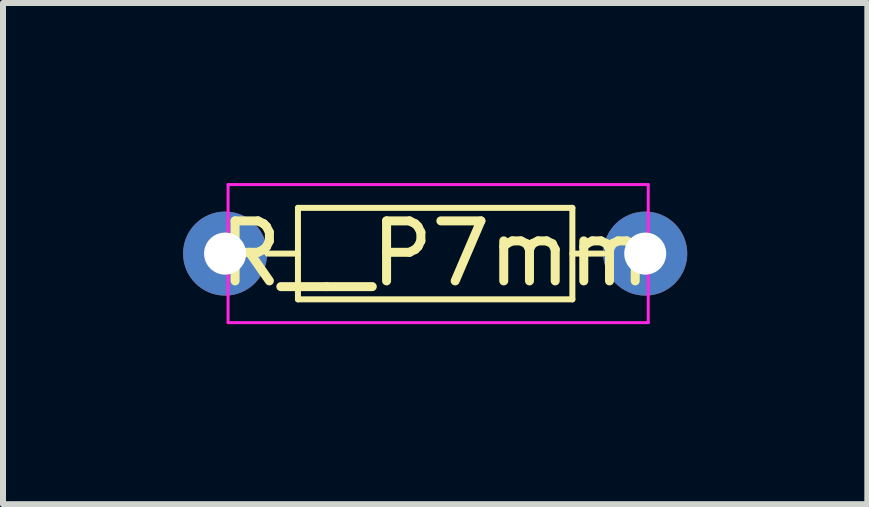
<source format=kicad_pcb>
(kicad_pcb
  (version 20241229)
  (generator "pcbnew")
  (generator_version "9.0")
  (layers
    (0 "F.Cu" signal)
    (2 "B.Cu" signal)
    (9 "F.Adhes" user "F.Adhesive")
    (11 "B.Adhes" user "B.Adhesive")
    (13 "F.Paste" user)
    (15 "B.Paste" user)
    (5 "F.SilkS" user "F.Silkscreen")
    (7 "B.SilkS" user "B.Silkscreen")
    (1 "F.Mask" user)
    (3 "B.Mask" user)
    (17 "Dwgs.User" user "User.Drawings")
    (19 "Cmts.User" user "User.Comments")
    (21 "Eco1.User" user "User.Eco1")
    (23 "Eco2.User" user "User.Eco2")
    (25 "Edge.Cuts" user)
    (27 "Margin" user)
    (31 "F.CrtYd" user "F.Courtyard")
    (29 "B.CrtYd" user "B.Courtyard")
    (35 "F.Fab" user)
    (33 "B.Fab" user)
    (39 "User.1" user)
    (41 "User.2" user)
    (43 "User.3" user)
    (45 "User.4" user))
  (footprint "R__P7mm"
    (layer "F.Cu")
    (at 4.2 1.175)
    (property "Reference" "R__P7mm" (at 0 0 0) (layer "F.SilkS") (effects (font (size 1 1) (thickness 0.15))))
    (attr through_hole)
    (fp_line (start -2.286 -0.762) (end 2.286 -0.762) (stroke (width 0.1) (type solid)) (layer "F.SilkS"))
    (fp_line (start -2.286 0) (end -2.794 0) (stroke (width 0.1) (type solid)) (layer "F.SilkS"))
    (fp_line (start -2.286 0.762) (end -2.286 -0.762) (stroke (width 0.1) (type solid)) (layer "F.SilkS"))
    (fp_line (start 2.286 -0.762) (end 2.286 0.762) (stroke (width 0.1) (type solid)) (layer "F.SilkS"))
    (fp_line (start 2.286 0) (end 2.794 0) (stroke (width 0.1) (type solid)) (layer "F.SilkS"))
    (fp_line (start 2.286 0.762) (end -2.286 0.762) (stroke (width 0.1) (type solid)) (layer "F.SilkS"))
    (fp_line (start -3.45 -1.15) (end -3.45 1.15) (stroke (width 0.05) (type solid)) (layer "F.CrtYd"))
    (fp_line (start -3.45 1.15) (end 3.55 1.15) (stroke (width 0.05) (type solid)) (layer "F.CrtYd"))
    (fp_line (start 3.55 -1.15) (end -3.45 -1.15) (stroke (width 0.05) (type solid)) (layer "F.CrtYd"))
    (fp_line (start 3.55 1.15) (end 3.55 -1.15) (stroke (width 0.05) (type solid)) (layer "F.CrtYd"))
    (pad "1" thru_hole circle (at -3.5 0) (size 1.4 1.4) (drill 0.7) (layers "*.Cu" "*.Mask"))
    (pad "2" thru_hole oval (at 3.5 0) (size 1.4 1.4) (drill 0.7) (layers "*.Cu" "*.Mask")))
  (gr_rect
    (start -3 -3)
    (end 11.4 5.35)
    (stroke (width 0.1) (type default))
    (fill no)
    (layer "Edge.Cuts")))
</source>
